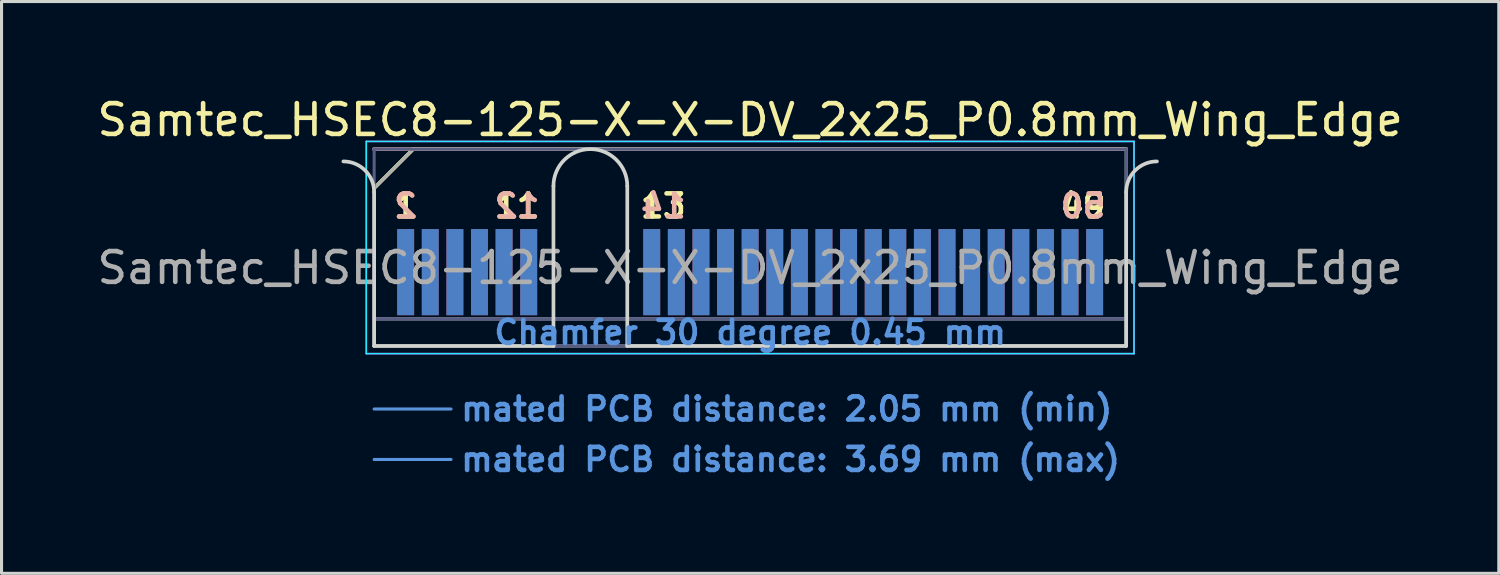
<source format=kicad_pcb>
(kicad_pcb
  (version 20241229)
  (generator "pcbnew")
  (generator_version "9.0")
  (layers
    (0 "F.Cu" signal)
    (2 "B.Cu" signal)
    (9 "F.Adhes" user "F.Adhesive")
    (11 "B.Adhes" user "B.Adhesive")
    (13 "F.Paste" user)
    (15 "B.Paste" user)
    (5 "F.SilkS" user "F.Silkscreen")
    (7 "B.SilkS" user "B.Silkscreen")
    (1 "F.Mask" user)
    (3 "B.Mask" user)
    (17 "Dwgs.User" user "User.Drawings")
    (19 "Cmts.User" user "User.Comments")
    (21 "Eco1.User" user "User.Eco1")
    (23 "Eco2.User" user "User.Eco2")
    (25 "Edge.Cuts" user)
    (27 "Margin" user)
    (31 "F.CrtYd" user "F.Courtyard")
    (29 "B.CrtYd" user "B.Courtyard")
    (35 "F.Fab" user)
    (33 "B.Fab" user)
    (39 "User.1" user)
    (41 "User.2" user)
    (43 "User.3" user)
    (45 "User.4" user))
  (footprint "Samtec_HSEC8-125-X-X-DV_2x25_P0.8mm_Wing_Edge"
    (layer "F.Cu")
    (at 21.339 8.198)
    (property "Reference" "Samtec_HSEC8-125-X-X-DV_2x25_P0.8mm_Wing_Edge" (at 0 -7.35 0) (layer "F.SilkS") (effects (font (size 1 1) (thickness 0.15))))
    (attr exclude_from_pos_files exclude_from_bom)
    (fp_line (start -12.225 -5.13) (end -10.955 -6.4) (stroke (width 0.12) (type solid)) (layer "F.SilkS"))
    (fp_line (start -10.955 -6.4) (end 12.225 -6.4) (stroke (width 0.12) (type solid)) (layer "F.SilkS"))
    (fp_line (start -12.225 -6.4) (end -12.225 -6.4) (stroke (width 0.12) (type solid)) (layer "B.SilkS"))
    (fp_line (start -12.225 -6.4) (end 12.225 -6.4) (stroke (width 0.12) (type solid)) (layer "B.SilkS"))
    (fp_line (start -12.225 2.05) (end -9.725 2.05) (stroke (width 0.1) (type solid)) (layer "Cmts.User"))
    (fp_line (start -12.225 3.69) (end -9.725 3.69) (stroke (width 0.1) (type solid)) (layer "Cmts.User"))
    (fp_line (start -12.225 -5) (end -12.225 0) (stroke (width 0.12) (type solid)) (layer "Edge.Cuts"))
    (fp_line (start -12.225 0) (end -6.395 0) (stroke (width 0.12) (type solid)) (layer "Edge.Cuts"))
    (fp_line (start -6.395 0) (end -6.395 -5.2) (stroke (width 0.12) (type solid)) (layer "Edge.Cuts"))
    (fp_line (start -3.995 -5.2) (end -3.995 0) (stroke (width 0.12) (type solid)) (layer "Edge.Cuts"))
    (fp_line (start -3.995 0) (end 12.225 0) (stroke (width 0.12) (type solid)) (layer "Edge.Cuts"))
    (fp_line (start 12.225 0) (end 12.225 -5) (stroke (width 0.12) (type solid)) (layer "Edge.Cuts"))
    (fp_arc (start -13.225 -6) (mid -12.517893 -5.707107) (end -12.225 -5) (stroke (width 0.12) (type solid)) (layer "Edge.Cuts"))
    (fp_arc (start -6.395 -5.2) (mid -5.195 -6.4) (end -3.995 -5.2) (stroke (width 0.12) (type solid)) (layer "Edge.Cuts"))
    (fp_arc (start 12.225 -5) (mid 12.517893 -5.707107) (end 13.225 -6) (stroke (width 0.12) (type solid)) (layer "Edge.Cuts"))
    (fp_line (start -12.48 -6.65) (end -12.48 0.25) (stroke (width 0.05) (type solid)) (layer "B.CrtYd"))
    (fp_line (start -12.48 0.25) (end 12.48 0.25) (stroke (width 0.05) (type solid)) (layer "B.CrtYd"))
    (fp_line (start 12.48 -6.65) (end -12.48 -6.65) (stroke (width 0.05) (type solid)) (layer "B.CrtYd"))
    (fp_line (start 12.48 0.25) (end 12.48 -6.65) (stroke (width 0.05) (type solid)) (layer "B.CrtYd"))
    (fp_line (start -12.48 -6.65) (end -12.48 0.25) (stroke (width 0.05) (type solid)) (layer "F.CrtYd"))
    (fp_line (start -12.48 0.25) (end 12.48 0.25) (stroke (width 0.05) (type solid)) (layer "F.CrtYd"))
    (fp_line (start 12.48 -6.65) (end -12.48 -6.65) (stroke (width 0.05) (type solid)) (layer "F.CrtYd"))
    (fp_line (start 12.48 0.25) (end 12.48 -6.65) (stroke (width 0.05) (type solid)) (layer "F.CrtYd"))
    (fp_line (start -12.225 -6.4) (end -12.225 -6.4) (stroke (width 0.1) (type solid)) (layer "B.Fab"))
    (fp_line (start -12.225 -6.4) (end -12.225 0) (stroke (width 0.1) (type solid)) (layer "B.Fab"))
    (fp_line (start -12.225 -6.4) (end 12.225 -6.4) (stroke (width 0.1) (type solid)) (layer "B.Fab"))
    (fp_line (start -12.225 -0.88) (end 12.225 -0.88) (stroke (width 0.1) (type solid)) (layer "B.Fab"))
    (fp_line (start -12.225 0) (end 12.225 0) (stroke (width 0.1) (type solid)) (layer "B.Fab"))
    (fp_line (start 12.225 -6.4) (end 12.225 0) (stroke (width 0.1) (type solid)) (layer "B.Fab"))
    (fp_line (start -12.225 -5.13) (end -12.225 0) (stroke (width 0.1) (type solid)) (layer "F.Fab"))
    (fp_line (start -12.225 -5.13) (end -10.955 -6.4) (stroke (width 0.1) (type solid)) (layer "F.Fab"))
    (fp_line (start -12.225 -0.88) (end 12.225 -0.88) (stroke (width 0.1) (type solid)) (layer "F.Fab"))
    (fp_line (start -12.225 0) (end 12.225 0) (stroke (width 0.1) (type solid)) (layer "F.Fab"))
    (fp_line (start -10.955 -6.4) (end 12.225 -6.4) (stroke (width 0.1) (type solid)) (layer "F.Fab"))
    (fp_line (start 12.225 -6.4) (end 12.225 0) (stroke (width 0.1) (type solid)) (layer "F.Fab"))
    (fp_text user "11" (at -7.575 -4.55 0) (layer "F.SilkS") (effects (font (size 0.75 0.75) (thickness 0.15))))
    (fp_text user "13" (at -2.825 -4.55 0) (layer "F.SilkS") (effects (font (size 0.75 0.75) (thickness 0.15))))
    (fp_text user "1" (at -11.2 -4.55 0) (layer "F.SilkS") (effects (font (size 0.75 0.75) (thickness 0.15))))
    (fp_text user "49" (at 10.825 -4.55 0) (layer "F.SilkS") (effects (font (size 0.75 0.75) (thickness 0.15))))
    (fp_text user "14" (at -2.825 -4.55 0) (layer "B.SilkS") (effects (font (size 0.75 0.75) (thickness 0.15)) (justify mirror)))
    (fp_text user "2" (at -11.2 -4.55 0) (layer "B.SilkS") (effects (font (size 0.75 0.75) (thickness 0.15)) (justify mirror)))
    (fp_text user "50" (at 10.825 -4.55 0) (layer "B.SilkS") (effects (font (size 0.75 0.75) (thickness 0.15)) (justify mirror)))
    (fp_text user "12" (at -7.575 -4.55 0) (layer "B.SilkS") (effects (font (size 0.75 0.75) (thickness 0.15)) (justify mirror)))
    (fp_text user "mated PCB distance: 3.69 mm (max)" (at -9.48 3.69 0) (layer "Cmts.User") (effects (font (size 0.75 0.75) (thickness 0.15)) (justify left)))
    (fp_text user "mated PCB distance: 2.05 mm (min)" (at -9.48 2.05 0) (layer "Cmts.User") (effects (font (size 0.75 0.75) (thickness 0.15)) (justify left)))
    (fp_text user "Chamfer 30 degree 0.45 mm" (at 0 -0.44 0) (layer "Cmts.User") (effects (font (size 0.75 0.75) (thickness 0.15))))
    (fp_text user "${REFERENCE}" (at 0 -2.54 0) (layer "F.Fab") (effects (font (size 1 1) (thickness 0.15))))
    (pad "1" connect rect (at -11.2 -2.4) (size 0.55 2.8) (layers "F.Cu" "F.Mask"))
    (pad "2" connect rect (at -11.2 -2.4) (size 0.55 2.8) (layers "B.Cu" "B.Mask"))
    (pad "3" connect rect (at -10.4 -2.4) (size 0.55 2.8) (layers "F.Cu" "F.Mask"))
    (pad "4" connect rect (at -10.4 -2.4) (size 0.55 2.8) (layers "B.Cu" "B.Mask"))
    (pad "5" connect rect (at -9.6 -2.4) (size 0.55 2.8) (layers "F.Cu" "F.Mask"))
    (pad "6" connect rect (at -9.6 -2.4) (size 0.55 2.8) (layers "B.Cu" "B.Mask"))
    (pad "7" connect rect (at -8.8 -2.4) (size 0.55 2.8) (layers "F.Cu" "F.Mask"))
    (pad "8" connect rect (at -8.8 -2.4) (size 0.55 2.8) (layers "B.Cu" "B.Mask"))
    (pad "9" connect rect (at -8 -2.4) (size 0.55 2.8) (layers "F.Cu" "F.Mask"))
    (pad "10" connect rect (at -8 -2.4) (size 0.55 2.8) (layers "B.Cu" "B.Mask"))
    (pad "11" connect rect (at -7.2 -2.4) (size 0.55 2.8) (layers "F.Cu" "F.Mask"))
    (pad "12" connect rect (at -7.2 -2.4) (size 0.55 2.8) (layers "B.Cu" "B.Mask"))
    (pad "13" connect rect (at -3.2 -2.4) (size 0.55 2.8) (layers "F.Cu" "F.Mask"))
    (pad "14" connect rect (at -3.2 -2.4) (size 0.55 2.8) (layers "B.Cu" "B.Mask"))
    (pad "15" connect rect (at -2.4 -2.4) (size 0.55 2.8) (layers "F.Cu" "F.Mask"))
    (pad "16" connect rect (at -2.4 -2.4) (size 0.55 2.8) (layers "B.Cu" "B.Mask"))
    (pad "17" connect rect (at -1.6 -2.4) (size 0.55 2.8) (layers "F.Cu" "F.Mask"))
    (pad "18" connect rect (at -1.6 -2.4) (size 0.55 2.8) (layers "B.Cu" "B.Mask"))
    (pad "19" connect rect (at -0.8 -2.4) (size 0.55 2.8) (layers "F.Cu" "F.Mask"))
    (pad "20" connect rect (at -0.8 -2.4) (size 0.55 2.8) (layers "B.Cu" "B.Mask"))
    (pad "21" connect rect (at 0 -2.4) (size 0.55 2.8) (layers "F.Cu" "F.Mask"))
    (pad "22" connect rect (at 0 -2.4) (size 0.55 2.8) (layers "B.Cu" "B.Mask"))
    (pad "23" connect rect (at 0.8 -2.4) (size 0.55 2.8) (layers "F.Cu" "F.Mask"))
    (pad "24" connect rect (at 0.8 -2.4) (size 0.55 2.8) (layers "B.Cu" "B.Mask"))
    (pad "25" connect rect (at 1.6 -2.4) (size 0.55 2.8) (layers "F.Cu" "F.Mask"))
    (pad "26" connect rect (at 1.6 -2.4) (size 0.55 2.8) (layers "B.Cu" "B.Mask"))
    (pad "27" connect rect (at 2.4 -2.4) (size 0.55 2.8) (layers "F.Cu" "F.Mask"))
    (pad "28" connect rect (at 2.4 -2.4) (size 0.55 2.8) (layers "B.Cu" "B.Mask"))
    (pad "29" connect rect (at 3.2 -2.4) (size 0.55 2.8) (layers "F.Cu" "F.Mask"))
    (pad "30" connect rect (at 3.2 -2.4) (size 0.55 2.8) (layers "B.Cu" "B.Mask"))
    (pad "31" connect rect (at 4 -2.4) (size 0.55 2.8) (layers "F.Cu" "F.Mask"))
    (pad "32" connect rect (at 4 -2.4) (size 0.55 2.8) (layers "B.Cu" "B.Mask"))
    (pad "33" connect rect (at 4.8 -2.4) (size 0.55 2.8) (layers "F.Cu" "F.Mask"))
    (pad "34" connect rect (at 4.8 -2.4) (size 0.55 2.8) (layers "B.Cu" "B.Mask"))
    (pad "35" connect rect (at 5.6 -2.4) (size 0.55 2.8) (layers "F.Cu" "F.Mask"))
    (pad "36" connect rect (at 5.6 -2.4) (size 0.55 2.8) (layers "B.Cu" "B.Mask"))
    (pad "37" connect rect (at 6.4 -2.4) (size 0.55 2.8) (layers "F.Cu" "F.Mask"))
    (pad "38" connect rect (at 6.4 -2.4) (size 0.55 2.8) (layers "B.Cu" "B.Mask"))
    (pad "39" connect rect (at 7.2 -2.4) (size 0.55 2.8) (layers "F.Cu" "F.Mask"))
    (pad "40" connect rect (at 7.2 -2.4) (size 0.55 2.8) (layers "B.Cu" "B.Mask"))
    (pad "41" connect rect (at 8 -2.4) (size 0.55 2.8) (layers "F.Cu" "F.Mask"))
    (pad "42" connect rect (at 8 -2.4) (size 0.55 2.8) (layers "B.Cu" "B.Mask"))
    (pad "43" connect rect (at 8.8 -2.4) (size 0.55 2.8) (layers "F.Cu" "F.Mask"))
    (pad "44" connect rect (at 8.8 -2.4) (size 0.55 2.8) (layers "B.Cu" "B.Mask"))
    (pad "45" connect rect (at 9.6 -2.4) (size 0.55 2.8) (layers "F.Cu" "F.Mask"))
    (pad "46" connect rect (at 9.6 -2.4) (size 0.55 2.8) (layers "B.Cu" "B.Mask"))
    (pad "47" connect rect (at 10.4 -2.4) (size 0.55 2.8) (layers "F.Cu" "F.Mask"))
    (pad "48" connect rect (at 10.4 -2.4) (size 0.55 2.8) (layers "B.Cu" "B.Mask"))
    (pad "49" connect rect (at 11.2 -2.4) (size 0.55 2.8) (layers "F.Cu" "F.Mask"))
    (pad "50" connect rect (at 11.2 -2.4) (size 0.55 2.8) (layers "B.Cu" "B.Mask")))
  (gr_rect
    (start -3 -3)
    (end 45.679 15.59)
    (stroke (width 0.1) (type default))
    (fill no)
    (layer "Edge.Cuts")))
</source>
